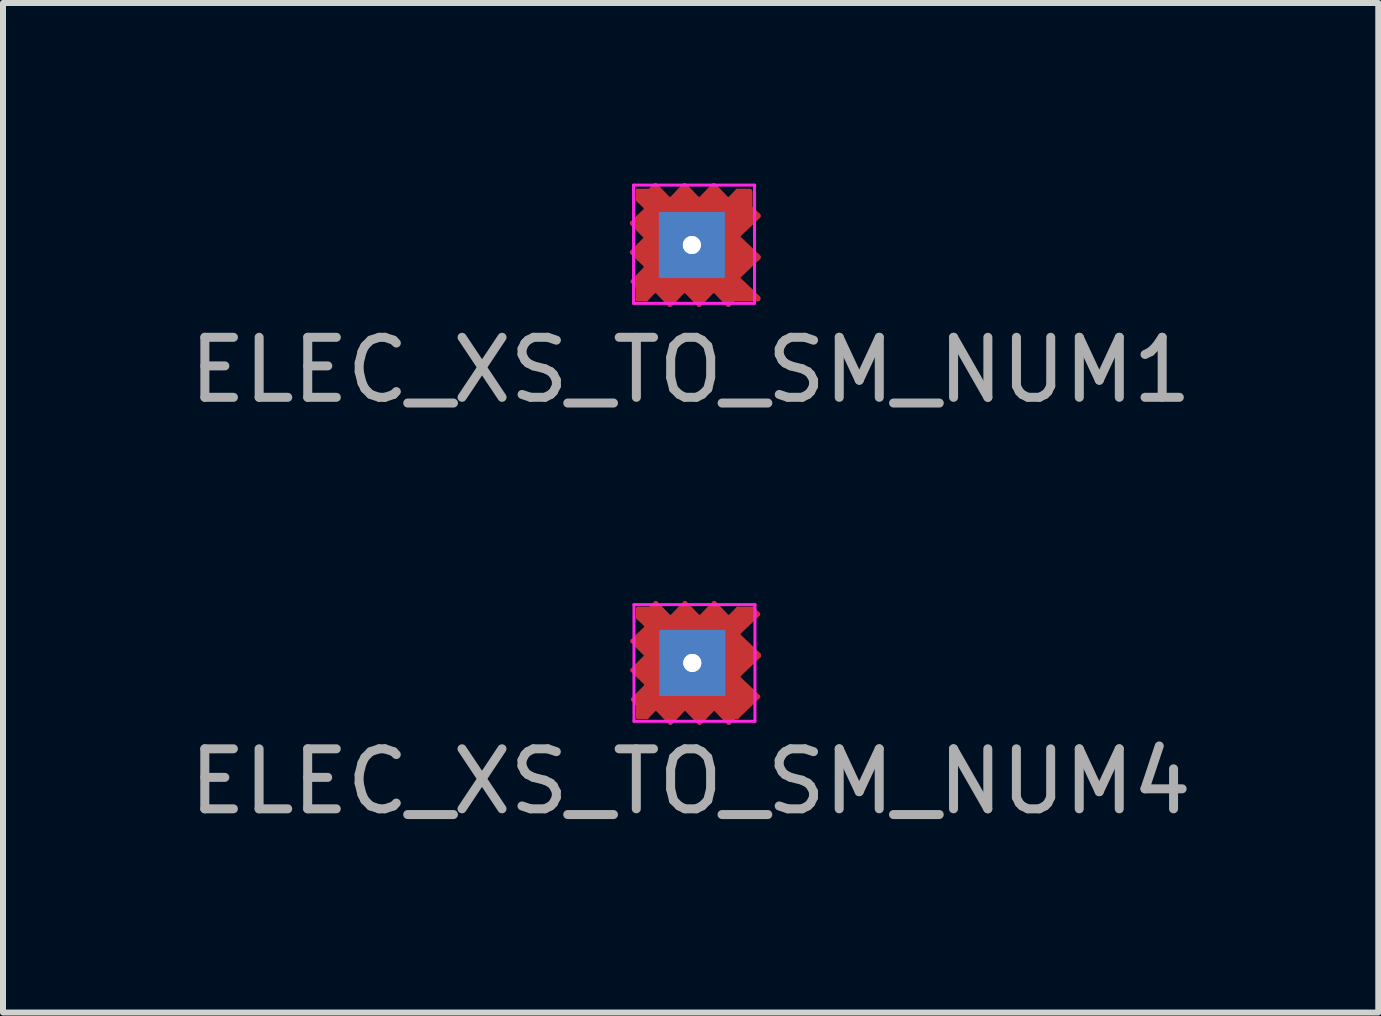
<source format=kicad_pcb>
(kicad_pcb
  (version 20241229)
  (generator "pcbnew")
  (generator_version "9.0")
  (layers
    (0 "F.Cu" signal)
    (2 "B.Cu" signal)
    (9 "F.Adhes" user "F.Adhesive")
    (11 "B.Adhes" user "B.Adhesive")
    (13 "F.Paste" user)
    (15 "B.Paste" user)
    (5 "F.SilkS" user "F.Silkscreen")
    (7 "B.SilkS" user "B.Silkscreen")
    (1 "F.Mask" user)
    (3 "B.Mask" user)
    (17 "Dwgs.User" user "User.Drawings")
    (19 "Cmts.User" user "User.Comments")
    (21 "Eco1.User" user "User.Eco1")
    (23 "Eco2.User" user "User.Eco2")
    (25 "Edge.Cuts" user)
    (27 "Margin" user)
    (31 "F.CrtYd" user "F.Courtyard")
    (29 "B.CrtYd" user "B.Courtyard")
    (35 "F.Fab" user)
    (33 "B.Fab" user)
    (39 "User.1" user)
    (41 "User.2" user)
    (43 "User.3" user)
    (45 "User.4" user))
  (footprint "ELEC_XS_TO_SM_NUM4"
    (layer "F.Cu")
    (at 8.486 7.997)
    (property "Reference" "ELEC_XS_TO_SM_NUM4" (at -0.028 1.976 0) (layer "F.Fab") (effects (font (size 1 1) (thickness 0.15))))
    (attr through_hole)
    (fp_line (start -0.998 -0.365) (end -0.755 -0.122) (stroke (width 0.071) (type solid)) (layer "F.Cu"))
    (fp_line (start -0.998 0.121) (end -0.743 0.364) (stroke (width 0.071) (type solid)) (layer "F.Cu"))
    (fp_line (start -0.902 -0.759) (end -0.743 -0.607) (stroke (width 0.071) (type solid)) (layer "F.Cu"))
    (fp_line (start -0.902 -0.902) (end -0.902 -0.759) (stroke (width 0.071) (type solid)) (layer "F.Cu"))
    (fp_line (start -0.902 -0.902) (end -0.699 -0.902) (stroke (width 0.071) (type solid)) (layer "F.Cu"))
    (fp_line (start -0.902 0.698) (end -0.986 0.607) (stroke (width 0.071) (type solid)) (layer "F.Cu"))
    (fp_line (start -0.902 0.902) (end -0.902 0.699) (stroke (width 0.071) (type solid)) (layer "F.Cu"))
    (fp_line (start -0.902 0.902) (end -0.759 0.902) (stroke (width 0.071) (type solid)) (layer "F.Cu"))
    (fp_line (start -0.856 -0.851) (end -0.742 -0.851) (stroke (width 0.12) (type solid)) (layer "F.Cu"))
    (fp_line (start -0.843 0.734) (end -0.843 0.831) (stroke (width 0.12) (type solid)) (layer "F.Cu"))
    (fp_line (start -0.843 0.831) (end -0.754 0.831) (stroke (width 0.12) (type solid)) (layer "F.Cu"))
    (fp_line (start -0.841 -0.262) (end -0.912 -0.376) (stroke (width 0.12) (type solid)) (layer "F.Cu"))
    (fp_line (start -0.838 -0.455) (end -0.841 -0.262) (stroke (width 0.12) (type solid)) (layer "F.Cu"))
    (fp_line (start -0.838 0.211) (end -0.909 0.107) (stroke (width 0.12) (type solid)) (layer "F.Cu"))
    (fp_line (start -0.838 0.511) (end -0.836 0.699) (stroke (width 0.12) (type solid)) (layer "F.Cu"))
    (fp_line (start -0.836 0.699) (end -0.907 0.597) (stroke (width 0.12) (type solid)) (layer "F.Cu"))
    (fp_line (start -0.833 0.008) (end -0.838 0.211) (stroke (width 0.12) (type solid)) (layer "F.Cu"))
    (fp_line (start -0.831 -0.843) (end -0.836 -0.757) (stroke (width 0.12) (type solid)) (layer "F.Cu"))
    (fp_line (start -0.755 -0.122) (end -0.998 0.121) (stroke (width 0.071) (type solid)) (layer "F.Cu"))
    (fp_line (start -0.752 -0.752) (end -0.752 0.752) (stroke (width 0.1) (type solid)) (layer "F.Cu"))
    (fp_line (start -0.743 -0.607) (end -0.998 -0.365) (stroke (width 0.071) (type solid)) (layer "F.Cu"))
    (fp_line (start -0.743 0.364) (end -0.986 0.607) (stroke (width 0.071) (type solid)) (layer "F.Cu"))
    (fp_line (start -0.706 -0.846) (end -0.599 -0.917) (stroke (width 0.12) (type solid)) (layer "F.Cu"))
    (fp_line (start -0.66 -0.635) (end 0.66 -0.635) (stroke (width 0.2) (type solid)) (layer "F.Cu"))
    (fp_line (start -0.635 0.635) (end -0.635 -0.635) (stroke (width 0.2) (type solid)) (layer "F.Cu"))
    (fp_line (start -0.608 -0.998) (end -0.699 -0.902) (stroke (width 0.071) (type solid)) (layer "F.Cu"))
    (fp_line (start -0.607 0.743) (end -0.759 0.902) (stroke (width 0.071) (type solid)) (layer "F.Cu"))
    (fp_line (start -0.511 -0.846) (end -0.706 -0.846) (stroke (width 0.12) (type solid)) (layer "F.Cu"))
    (fp_line (start -0.465 0.836) (end -0.262 0.836) (stroke (width 0.12) (type solid)) (layer "F.Cu"))
    (fp_line (start -0.365 -0.743) (end -0.608 -0.998) (stroke (width 0.071) (type solid)) (layer "F.Cu"))
    (fp_line (start -0.364 0.998) (end -0.607 0.743) (stroke (width 0.071) (type solid)) (layer "F.Cu"))
    (fp_line (start -0.262 0.836) (end -0.376 0.904) (stroke (width 0.12) (type solid)) (layer "F.Cu"))
    (fp_line (start -0.216 -0.846) (end -0.114 -0.907) (stroke (width 0.12) (type solid)) (layer "F.Cu"))
    (fp_line (start -0.122 -0.998) (end -0.365 -0.743) (stroke (width 0.071) (type solid)) (layer "F.Cu"))
    (fp_line (start -0.121 0.743) (end -0.364 0.998) (stroke (width 0.071) (type solid)) (layer "F.Cu"))
    (fp_line (start -0.023 -0.846) (end -0.216 -0.846) (stroke (width 0.12) (type solid)) (layer "F.Cu"))
    (fp_line (start 0.033 0.841) (end 0.221 0.841) (stroke (width 0.12) (type solid)) (layer "F.Cu"))
    (fp_line (start 0.121 -0.743) (end -0.122 -0.998) (stroke (width 0.071) (type solid)) (layer "F.Cu"))
    (fp_line (start 0.122 0.998) (end -0.121 0.743) (stroke (width 0.071) (type solid)) (layer "F.Cu"))
    (fp_line (start 0.221 0.841) (end 0.112 0.917) (stroke (width 0.12) (type solid)) (layer "F.Cu"))
    (fp_line (start 0.259 -0.833) (end 0.376 -0.899) (stroke (width 0.12) (type solid)) (layer "F.Cu"))
    (fp_line (start 0.365 -0.998) (end 0.121 -0.743) (stroke (width 0.071) (type solid)) (layer "F.Cu"))
    (fp_line (start 0.365 0.743) (end 0.122 0.998) (stroke (width 0.071) (type solid)) (layer "F.Cu"))
    (fp_line (start 0.47 -0.831) (end 0.259 -0.833) (stroke (width 0.12) (type solid)) (layer "F.Cu"))
    (fp_line (start 0.498 0.838) (end 0.747 0.841) (stroke (width 0.12) (type solid)) (layer "F.Cu"))
    (fp_line (start 0.607 -0.743) (end 0.365 -0.998) (stroke (width 0.071) (type solid)) (layer "F.Cu"))
    (fp_line (start 0.608 0.998) (end 0.365 0.743) (stroke (width 0.071) (type solid)) (layer "F.Cu"))
    (fp_line (start 0.608 0.998) (end 0.699 0.902) (stroke (width 0.071) (type solid)) (layer "F.Cu"))
    (fp_line (start 0.635 -0.66) (end 0.635 0.635) (stroke (width 0.2) (type solid)) (layer "F.Cu"))
    (fp_line (start 0.66 0.635) (end -0.66 0.635) (stroke (width 0.2) (type solid)) (layer "F.Cu"))
    (fp_line (start 0.736 -0.469) (end 1.096 -0.125) (stroke (width 0.1) (type solid)) (layer "F.Cu"))
    (fp_line (start 0.736 0.219) (end 1.096 0.562) (stroke (width 0.071) (type solid)) (layer "F.Cu"))
    (fp_line (start 0.742 -0.828) (end 1.013 -0.828) (stroke (width 0.12) (type solid)) (layer "F.Cu"))
    (fp_line (start 0.745 0.902) (end 0.699 0.902) (stroke (width 0.071) (type solid)) (layer "F.Cu"))
    (fp_line (start 0.747 0.841) (end 0.607 0.897) (stroke (width 0.12) (type solid)) (layer "F.Cu"))
    (fp_line (start 0.752 -0.752) (end -0.752 -0.752) (stroke (width 0.1) (type solid)) (layer "F.Cu"))
    (fp_line (start 0.752 -0.752) (end 0.752 0.787) (stroke (width 0.1) (type solid)) (layer "F.Cu"))
    (fp_line (start 0.752 0.752) (end -0.752 0.752) (stroke (width 0.1) (type solid)) (layer "F.Cu"))
    (fp_line (start 0.759 -0.902) (end 0.607 -0.743) (stroke (width 0.071) (type solid)) (layer "F.Cu"))
    (fp_line (start 0.815 -0.612) (end 0.846 -0.754) (stroke (width 0.12) (type solid)) (layer "F.Cu"))
    (fp_line (start 0.826 0.378) (end 0.833 0.747) (stroke (width 0.12) (type solid)) (layer "F.Cu"))
    (fp_line (start 0.833 0.747) (end 1.003 0.566) (stroke (width 0.12) (type solid)) (layer "F.Cu"))
    (fp_line (start 0.843 -0.292) (end 0.851 0.058) (stroke (width 0.12) (type solid)) (layer "F.Cu"))
    (fp_line (start 0.851 0.058) (end 0.978 -0.135) (stroke (width 0.12) (type solid)) (layer "F.Cu"))
    (fp_line (start 0.886 0.439) (end 0.902 0.587) (stroke (width 0.12) (type solid)) (layer "F.Cu"))
    (fp_line (start 0.978 -0.135) (end 0.871 -0.251) (stroke (width 0.12) (type solid)) (layer "F.Cu"))
    (fp_line (start 1.003 0.566) (end 0.886 0.439) (stroke (width 0.12) (type solid)) (layer "F.Cu"))
    (fp_line (start 1.003 -0.902) (end 0.759 -0.902) (stroke (width 0.071) (type solid)) (layer "F.Cu"))
    (fp_line (start 1.013 -0.828) (end 0.815 -0.612) (stroke (width 0.12) (type solid)) (layer "F.Cu"))
    (fp_line (start 1.096 -0.813) (end 0.736 -0.469) (stroke (width 0.071) (type solid)) (layer "F.Cu"))
    (fp_line (start 1.096 -0.813) (end 1.003 -0.902) (stroke (width 0.071) (type solid)) (layer "F.Cu"))
    (fp_line (start 1.096 -0.125) (end 0.736 0.219) (stroke (width 0.1) (type solid)) (layer "F.Cu"))
    (fp_line (start 1.096 0.562) (end 0.745 0.902) (stroke (width 0.071) (type solid)) (layer "F.Cu"))
    (fp_line (start -0.972 -0.972) (end -0.972 0.972) (stroke (width 0.05) (type solid)) (layer "F.CrtYd"))
    (fp_line (start -0.972 -0.972) (end 1.044 -0.972) (stroke (width 0.05) (type solid)) (layer "F.CrtYd"))
    (fp_line (start -0.972 0.972) (end 1.044 0.972) (stroke (width 0.05) (type solid)) (layer "F.CrtYd"))
    (fp_line (start 1.044 -0.972) (end 1.044 0.972) (stroke (width 0.05) (type solid)) (layer "F.CrtYd"))
    (pad "1" thru_hole circle (at 0 0) (size 0.605 0.605) (drill 0.3) (layers "*.Cu" "*.Mask"))
    (pad "1" thru_hole rect (at 0 0) (size 1.1 1.1) (drill 0.3) (layers "F.Cu" "F.Mask")))
  (footprint "ELEC_XS_TO_SM_NUM1"
    (layer "F.Cu")
    (at 8.479 1.033)
    (property "Reference" "ELEC_XS_TO_SM_NUM1" (at -0.02 2.083 0) (layer "F.Fab") (effects (font (size 1 1) (thickness 0.15))))
    (attr through_hole)
    (fp_line (start -0.998 -0.365) (end -0.755 -0.122) (stroke (width 0.071) (type solid)) (layer "F.Cu"))
    (fp_line (start -0.998 0.121) (end -0.743 0.364) (stroke (width 0.071) (type solid)) (layer "F.Cu"))
    (fp_line (start -0.902 -0.759) (end -0.743 -0.607) (stroke (width 0.071) (type solid)) (layer "F.Cu"))
    (fp_line (start -0.902 -0.902) (end -0.902 -0.759) (stroke (width 0.071) (type solid)) (layer "F.Cu"))
    (fp_line (start -0.902 -0.902) (end -0.699 -0.902) (stroke (width 0.071) (type solid)) (layer "F.Cu"))
    (fp_line (start -0.902 0.698) (end -0.986 0.607) (stroke (width 0.071) (type solid)) (layer "F.Cu"))
    (fp_line (start -0.902 0.902) (end -0.902 0.699) (stroke (width 0.071) (type solid)) (layer "F.Cu"))
    (fp_line (start -0.902 0.902) (end -0.759 0.902) (stroke (width 0.071) (type solid)) (layer "F.Cu"))
    (fp_line (start -0.856 -0.851) (end -0.742 -0.851) (stroke (width 0.12) (type solid)) (layer "F.Cu"))
    (fp_line (start -0.843 0.734) (end -0.843 0.831) (stroke (width 0.12) (type solid)) (layer "F.Cu"))
    (fp_line (start -0.843 0.831) (end -0.754 0.831) (stroke (width 0.12) (type solid)) (layer "F.Cu"))
    (fp_line (start -0.841 -0.262) (end -0.912 -0.376) (stroke (width 0.12) (type solid)) (layer "F.Cu"))
    (fp_line (start -0.838 -0.455) (end -0.841 -0.262) (stroke (width 0.12) (type solid)) (layer "F.Cu"))
    (fp_line (start -0.838 0.211) (end -0.909 0.107) (stroke (width 0.12) (type solid)) (layer "F.Cu"))
    (fp_line (start -0.838 0.511) (end -0.836 0.699) (stroke (width 0.12) (type solid)) (layer "F.Cu"))
    (fp_line (start -0.836 0.699) (end -0.907 0.597) (stroke (width 0.12) (type solid)) (layer "F.Cu"))
    (fp_line (start -0.833 0.008) (end -0.838 0.211) (stroke (width 0.12) (type solid)) (layer "F.Cu"))
    (fp_line (start -0.831 -0.843) (end -0.836 -0.757) (stroke (width 0.12) (type solid)) (layer "F.Cu"))
    (fp_line (start -0.755 -0.122) (end -0.998 0.121) (stroke (width 0.071) (type solid)) (layer "F.Cu"))
    (fp_line (start -0.752 0.752) (end -0.752 -0.752) (stroke (width 0.1) (type solid)) (layer "F.Cu"))
    (fp_line (start -0.743 -0.607) (end -0.998 -0.365) (stroke (width 0.071) (type solid)) (layer "F.Cu"))
    (fp_line (start -0.743 0.364) (end -0.986 0.607) (stroke (width 0.071) (type solid)) (layer "F.Cu"))
    (fp_line (start -0.706 -0.846) (end -0.599 -0.917) (stroke (width 0.12) (type solid)) (layer "F.Cu"))
    (fp_line (start -0.66 -0.635) (end 0.686 -0.635) (stroke (width 0.2) (type solid)) (layer "F.Cu"))
    (fp_line (start -0.635 0.635) (end -0.635 -0.635) (stroke (width 0.2) (type solid)) (layer "F.Cu"))
    (fp_line (start -0.608 -0.998) (end -0.699 -0.902) (stroke (width 0.071) (type solid)) (layer "F.Cu"))
    (fp_line (start -0.607 0.743) (end -0.759 0.902) (stroke (width 0.071) (type solid)) (layer "F.Cu"))
    (fp_line (start -0.511 -0.846) (end -0.706 -0.846) (stroke (width 0.12) (type solid)) (layer "F.Cu"))
    (fp_line (start -0.465 0.836) (end -0.262 0.836) (stroke (width 0.12) (type solid)) (layer "F.Cu"))
    (fp_line (start -0.365 -0.743) (end -0.608 -0.998) (stroke (width 0.071) (type solid)) (layer "F.Cu"))
    (fp_line (start -0.364 0.998) (end -0.607 0.743) (stroke (width 0.071) (type solid)) (layer "F.Cu"))
    (fp_line (start -0.262 0.836) (end -0.376 0.904) (stroke (width 0.12) (type solid)) (layer "F.Cu"))
    (fp_line (start -0.216 -0.846) (end -0.114 -0.907) (stroke (width 0.12) (type solid)) (layer "F.Cu"))
    (fp_line (start -0.122 -0.998) (end -0.365 -0.743) (stroke (width 0.071) (type solid)) (layer "F.Cu"))
    (fp_line (start -0.121 0.743) (end -0.364 0.998) (stroke (width 0.071) (type solid)) (layer "F.Cu"))
    (fp_line (start -0.023 -0.846) (end -0.216 -0.846) (stroke (width 0.12) (type solid)) (layer "F.Cu"))
    (fp_line (start 0.033 0.841) (end 0.221 0.841) (stroke (width 0.12) (type solid)) (layer "F.Cu"))
    (fp_line (start 0.121 -0.743) (end -0.122 -0.998) (stroke (width 0.071) (type solid)) (layer "F.Cu"))
    (fp_line (start 0.122 0.998) (end -0.121 0.743) (stroke (width 0.071) (type solid)) (layer "F.Cu"))
    (fp_line (start 0.221 0.841) (end 0.112 0.917) (stroke (width 0.12) (type solid)) (layer "F.Cu"))
    (fp_line (start 0.259 -0.833) (end 0.376 -0.899) (stroke (width 0.12) (type solid)) (layer "F.Cu"))
    (fp_line (start 0.365 -0.998) (end 0.121 -0.743) (stroke (width 0.071) (type solid)) (layer "F.Cu"))
    (fp_line (start 0.365 0.743) (end 0.122 0.998) (stroke (width 0.071) (type solid)) (layer "F.Cu"))
    (fp_line (start 0.47 -0.831) (end 0.259 -0.833) (stroke (width 0.12) (type solid)) (layer "F.Cu"))
    (fp_line (start 0.498 0.838) (end 0.747 0.841) (stroke (width 0.12) (type solid)) (layer "F.Cu"))
    (fp_line (start 0.607 -0.743) (end 0.365 -0.998) (stroke (width 0.071) (type solid)) (layer "F.Cu"))
    (fp_line (start 0.608 0.998) (end 0.365 0.743) (stroke (width 0.071) (type solid)) (layer "F.Cu"))
    (fp_line (start 0.608 0.998) (end 0.699 0.902) (stroke (width 0.071) (type solid)) (layer "F.Cu"))
    (fp_line (start 0.635 -0.66) (end 0.635 0.635) (stroke (width 0.2) (type solid)) (layer "F.Cu"))
    (fp_line (start 0.686 0.635) (end -0.66 0.635) (stroke (width 0.2) (type solid)) (layer "F.Cu"))
    (fp_line (start 0.736 -0.142) (end 1.096 0.202) (stroke (width 0.1) (type solid)) (layer "F.Cu"))
    (fp_line (start 0.736 0.546) (end 1.096 0.889) (stroke (width 0.1) (type solid)) (layer "F.Cu"))
    (fp_line (start 0.747 0.841) (end 0.607 0.897) (stroke (width 0.12) (type solid)) (layer "F.Cu"))
    (fp_line (start 0.752 -0.752) (end -0.752 -0.752) (stroke (width 0.1) (type solid)) (layer "F.Cu"))
    (fp_line (start 0.752 0.752) (end -0.752 0.752) (stroke (width 0.1) (type solid)) (layer "F.Cu"))
    (fp_line (start 0.752 0.752) (end 0.752 -0.752) (stroke (width 0.1) (type solid)) (layer "F.Cu"))
    (fp_line (start 0.759 -0.902) (end 0.607 -0.743) (stroke (width 0.071) (type solid)) (layer "F.Cu"))
    (fp_line (start 0.818 0.704) (end 0.82 0.823) (stroke (width 0.12) (type solid)) (layer "F.Cu"))
    (fp_line (start 0.82 0.823) (end 0.97 0.826) (stroke (width 0.12) (type solid)) (layer "F.Cu"))
    (fp_line (start 0.836 -0.818) (end 0.742 -0.82) (stroke (width 0.12) (type solid)) (layer "F.Cu"))
    (fp_line (start 0.836 -0.671) (end 0.836 -0.818) (stroke (width 0.12) (type solid)) (layer "F.Cu"))
    (fp_line (start 0.841 -0.307) (end 0.843 -0.607) (stroke (width 0.12) (type solid)) (layer "F.Cu"))
    (fp_line (start 0.841 0.033) (end 0.98 0.203) (stroke (width 0.12) (type solid)) (layer "F.Cu"))
    (fp_line (start 0.841 0.366) (end 0.841 0.033) (stroke (width 0.12) (type solid)) (layer "F.Cu"))
    (fp_line (start 0.843 -0.607) (end 0.986 -0.472) (stroke (width 0.12) (type solid)) (layer "F.Cu"))
    (fp_line (start 0.902 -0.638) (end 0.902 -0.826) (stroke (width 0.12) (type solid)) (layer "F.Cu"))
    (fp_line (start 0.96 -0.902) (end 0.759 -0.902) (stroke (width 0.071) (type solid)) (layer "F.Cu"))
    (fp_line (start 0.96 -0.616) (end 0.96 -0.887) (stroke (width 0.1) (type solid)) (layer "F.Cu"))
    (fp_line (start 0.97 0.826) (end 0.876 0.749) (stroke (width 0.12) (type solid)) (layer "F.Cu"))
    (fp_line (start 0.98 0.203) (end 0.889 0.284) (stroke (width 0.12) (type solid)) (layer "F.Cu"))
    (fp_line (start 0.986 -0.472) (end 0.881 -0.376) (stroke (width 0.12) (type solid)) (layer "F.Cu"))
    (fp_line (start 1.096 -0.486) (end 0.736 -0.142) (stroke (width 0.1) (type solid)) (layer "F.Cu"))
    (fp_line (start 1.096 -0.486) (end 0.96 -0.616) (stroke (width 0.1) (type solid)) (layer "F.Cu"))
    (fp_line (start 1.096 0.202) (end 0.736 0.546) (stroke (width 0.1) (type solid)) (layer "F.Cu"))
    (fp_line (start 1.096 0.902) (end 0.699 0.902) (stroke (width 0.071) (type solid)) (layer "F.Cu"))
    (fp_line (start -0.972 -0.998) (end -0.972 0.972) (stroke (width 0.05) (type solid)) (layer "F.CrtYd"))
    (fp_line (start -0.972 -0.998) (end 1.044 -0.998) (stroke (width 0.05) (type solid)) (layer "F.CrtYd"))
    (fp_line (start -0.972 0.972) (end 1.044 0.972) (stroke (width 0.05) (type solid)) (layer "F.CrtYd"))
    (fp_line (start 1.044 -0.998) (end 1.044 0.972) (stroke (width 0.05) (type solid)) (layer "F.CrtYd"))
    (pad "1" thru_hole circle (at 0 0) (size 0.605 0.605) (drill 0.3) (layers "*.Cu" "*.Mask"))
    (pad "1" thru_hole rect (at 0 0) (size 1.1 1.1) (drill 0.3) (layers "F.Cu" "F.Mask")))
  (gr_rect
    (start -3 -3)
    (end 19.917 13.822)
    (stroke (width 0.1) (type default))
    (fill no)
    (layer "Edge.Cuts")))
</source>
